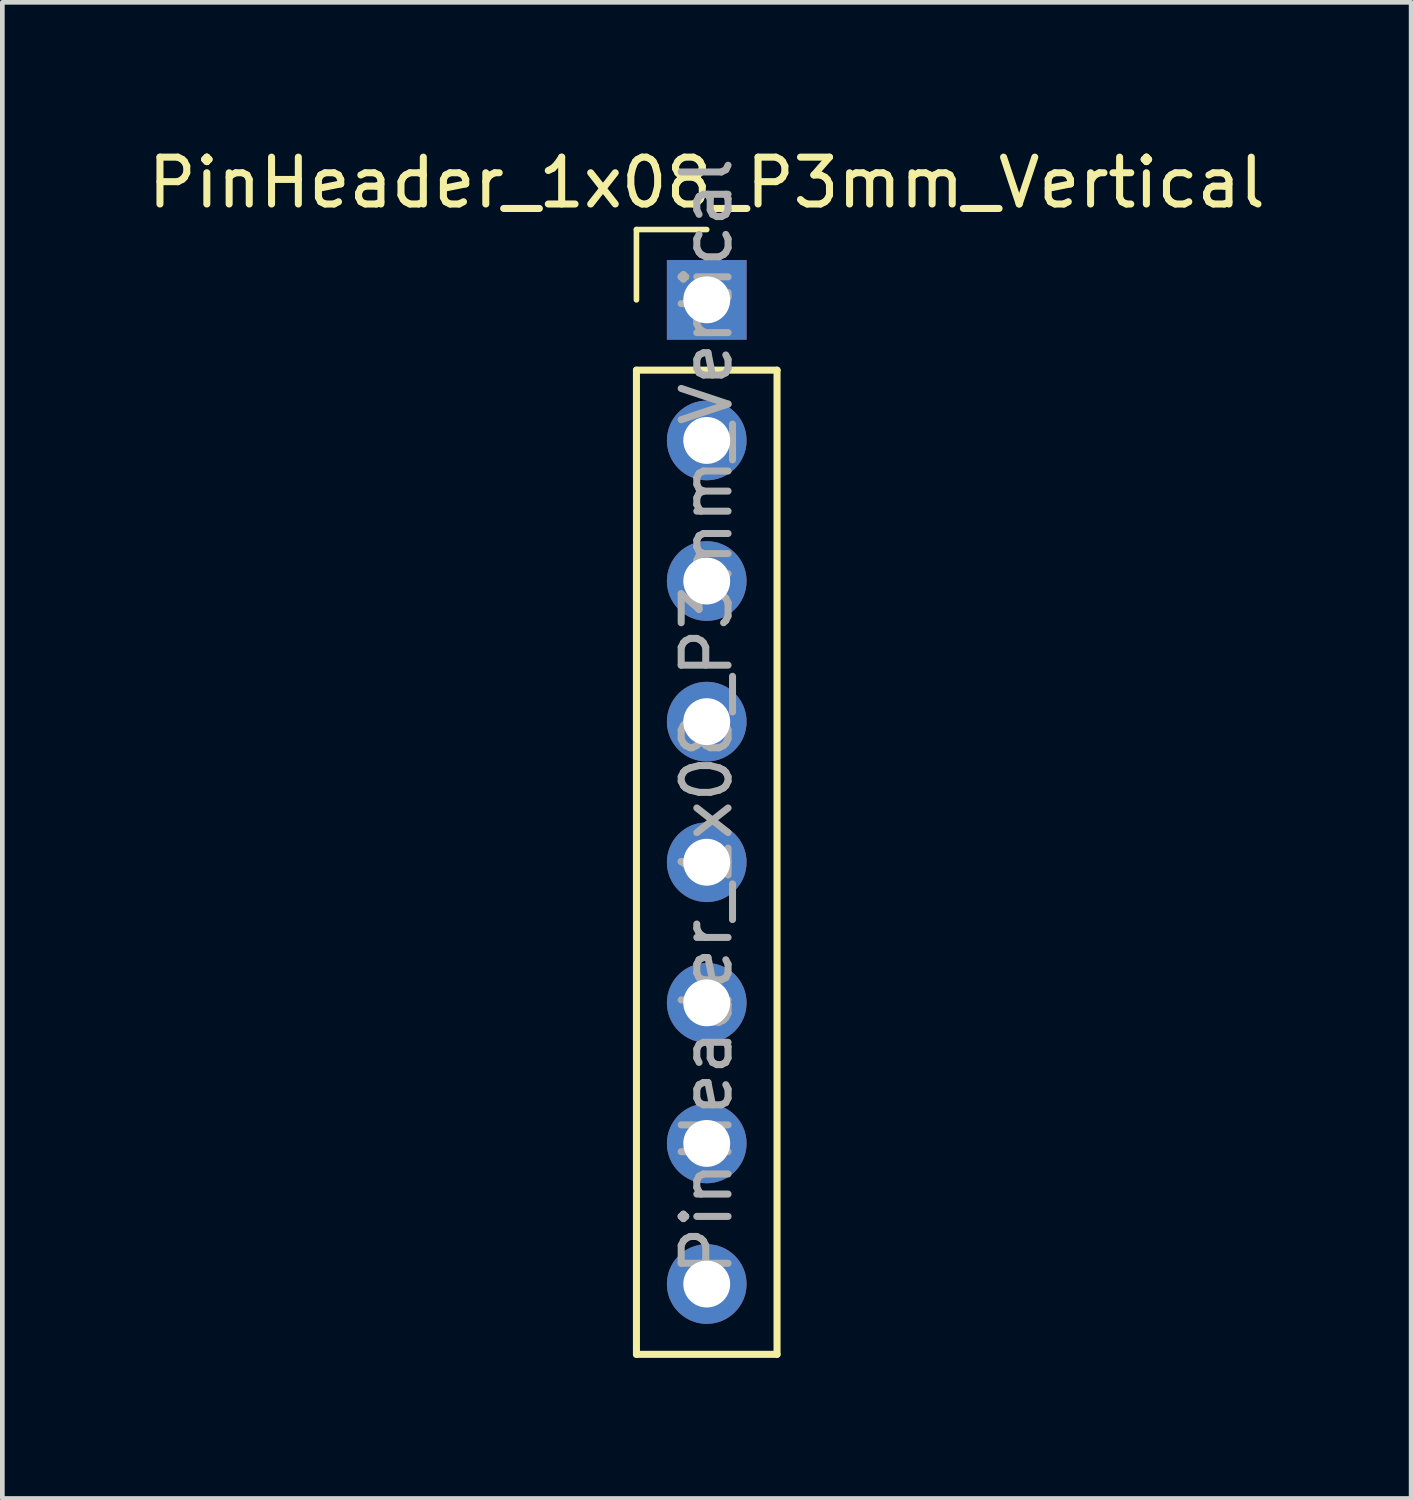
<source format=kicad_pcb>
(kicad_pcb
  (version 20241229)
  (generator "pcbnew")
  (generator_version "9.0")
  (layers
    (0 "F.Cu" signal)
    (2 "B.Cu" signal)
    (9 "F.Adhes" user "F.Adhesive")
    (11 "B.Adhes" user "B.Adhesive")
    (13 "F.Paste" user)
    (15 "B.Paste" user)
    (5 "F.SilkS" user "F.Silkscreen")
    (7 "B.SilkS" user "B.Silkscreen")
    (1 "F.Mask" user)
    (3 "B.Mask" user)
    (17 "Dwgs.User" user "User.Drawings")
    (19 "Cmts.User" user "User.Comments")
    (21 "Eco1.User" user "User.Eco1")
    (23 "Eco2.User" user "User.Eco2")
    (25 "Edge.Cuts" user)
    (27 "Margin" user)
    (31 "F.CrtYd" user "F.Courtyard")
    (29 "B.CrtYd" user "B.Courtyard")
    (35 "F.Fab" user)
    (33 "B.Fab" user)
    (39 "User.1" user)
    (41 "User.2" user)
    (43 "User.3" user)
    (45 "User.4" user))
  (footprint "PinHeader_1x08_P3mm_Vertical"
    (layer "F.Cu")
    (at 12.03 13.848)
    (property "Reference" "PinHeader_1x08_P3mm_Vertical" (at 0 -13 0) (layer "F.SilkS") (effects (font (size 1 1) (thickness 0.15))))
    (attr through_hole)
    (fp_line (start -1.5 -12) (end 0 -12) (stroke (width 0.12) (type solid)) (layer "F.SilkS"))
    (fp_line (start -1.5 -10.5) (end -1.5 -12) (stroke (width 0.12) (type solid)) (layer "F.SilkS"))
    (fp_line (start -1.5 -9) (end 1.5 -9) (stroke (width 0.15) (type solid)) (layer "F.SilkS"))
    (fp_line (start -1.5 12) (end -1.5 -9) (stroke (width 0.15) (type solid)) (layer "F.SilkS"))
    (fp_line (start 1.5 -9) (end 1.5 12) (stroke (width 0.15) (type solid)) (layer "F.SilkS"))
    (fp_line (start 1.5 12) (end -1.5 12) (stroke (width 0.15) (type solid)) (layer "F.SilkS"))
    (fp_text user "${REFERENCE}" (at 0 -1.61 90) (layer "F.Fab") (effects (font (size 1 1) (thickness 0.15))))
    (pad "1" thru_hole rect (at 0 -10.5) (size 1.7 1.7) (drill 1) (layers "*.Cu" "*.Mask"))
    (pad "2" thru_hole oval (at 0 -7.5) (size 1.7 1.7) (drill 1) (layers "*.Cu" "*.Mask"))
    (pad "3" thru_hole oval (at 0 -4.5) (size 1.7 1.7) (drill 1) (layers "*.Cu" "*.Mask"))
    (pad "4" thru_hole oval (at 0 -1.5) (size 1.7 1.7) (drill 1) (layers "*.Cu" "*.Mask"))
    (pad "5" thru_hole oval (at 0 1.5) (size 1.7 1.7) (drill 1) (layers "*.Cu" "*.Mask"))
    (pad "6" thru_hole oval (at 0 4.5) (size 1.7 1.7) (drill 1) (layers "*.Cu" "*.Mask"))
    (pad "7" thru_hole oval (at 0 7.5) (size 1.7 1.7) (drill 1) (layers "*.Cu" "*.Mask"))
    (pad "8" thru_hole oval (at 0 10.5) (size 1.7 1.7) (drill 1) (layers "*.Cu" "*.Mask")))
  (gr_rect
    (start -3 -3)
    (end 27.06 28.923)
    (stroke (width 0.1) (type default))
    (fill no)
    (layer "Edge.Cuts")))
</source>
